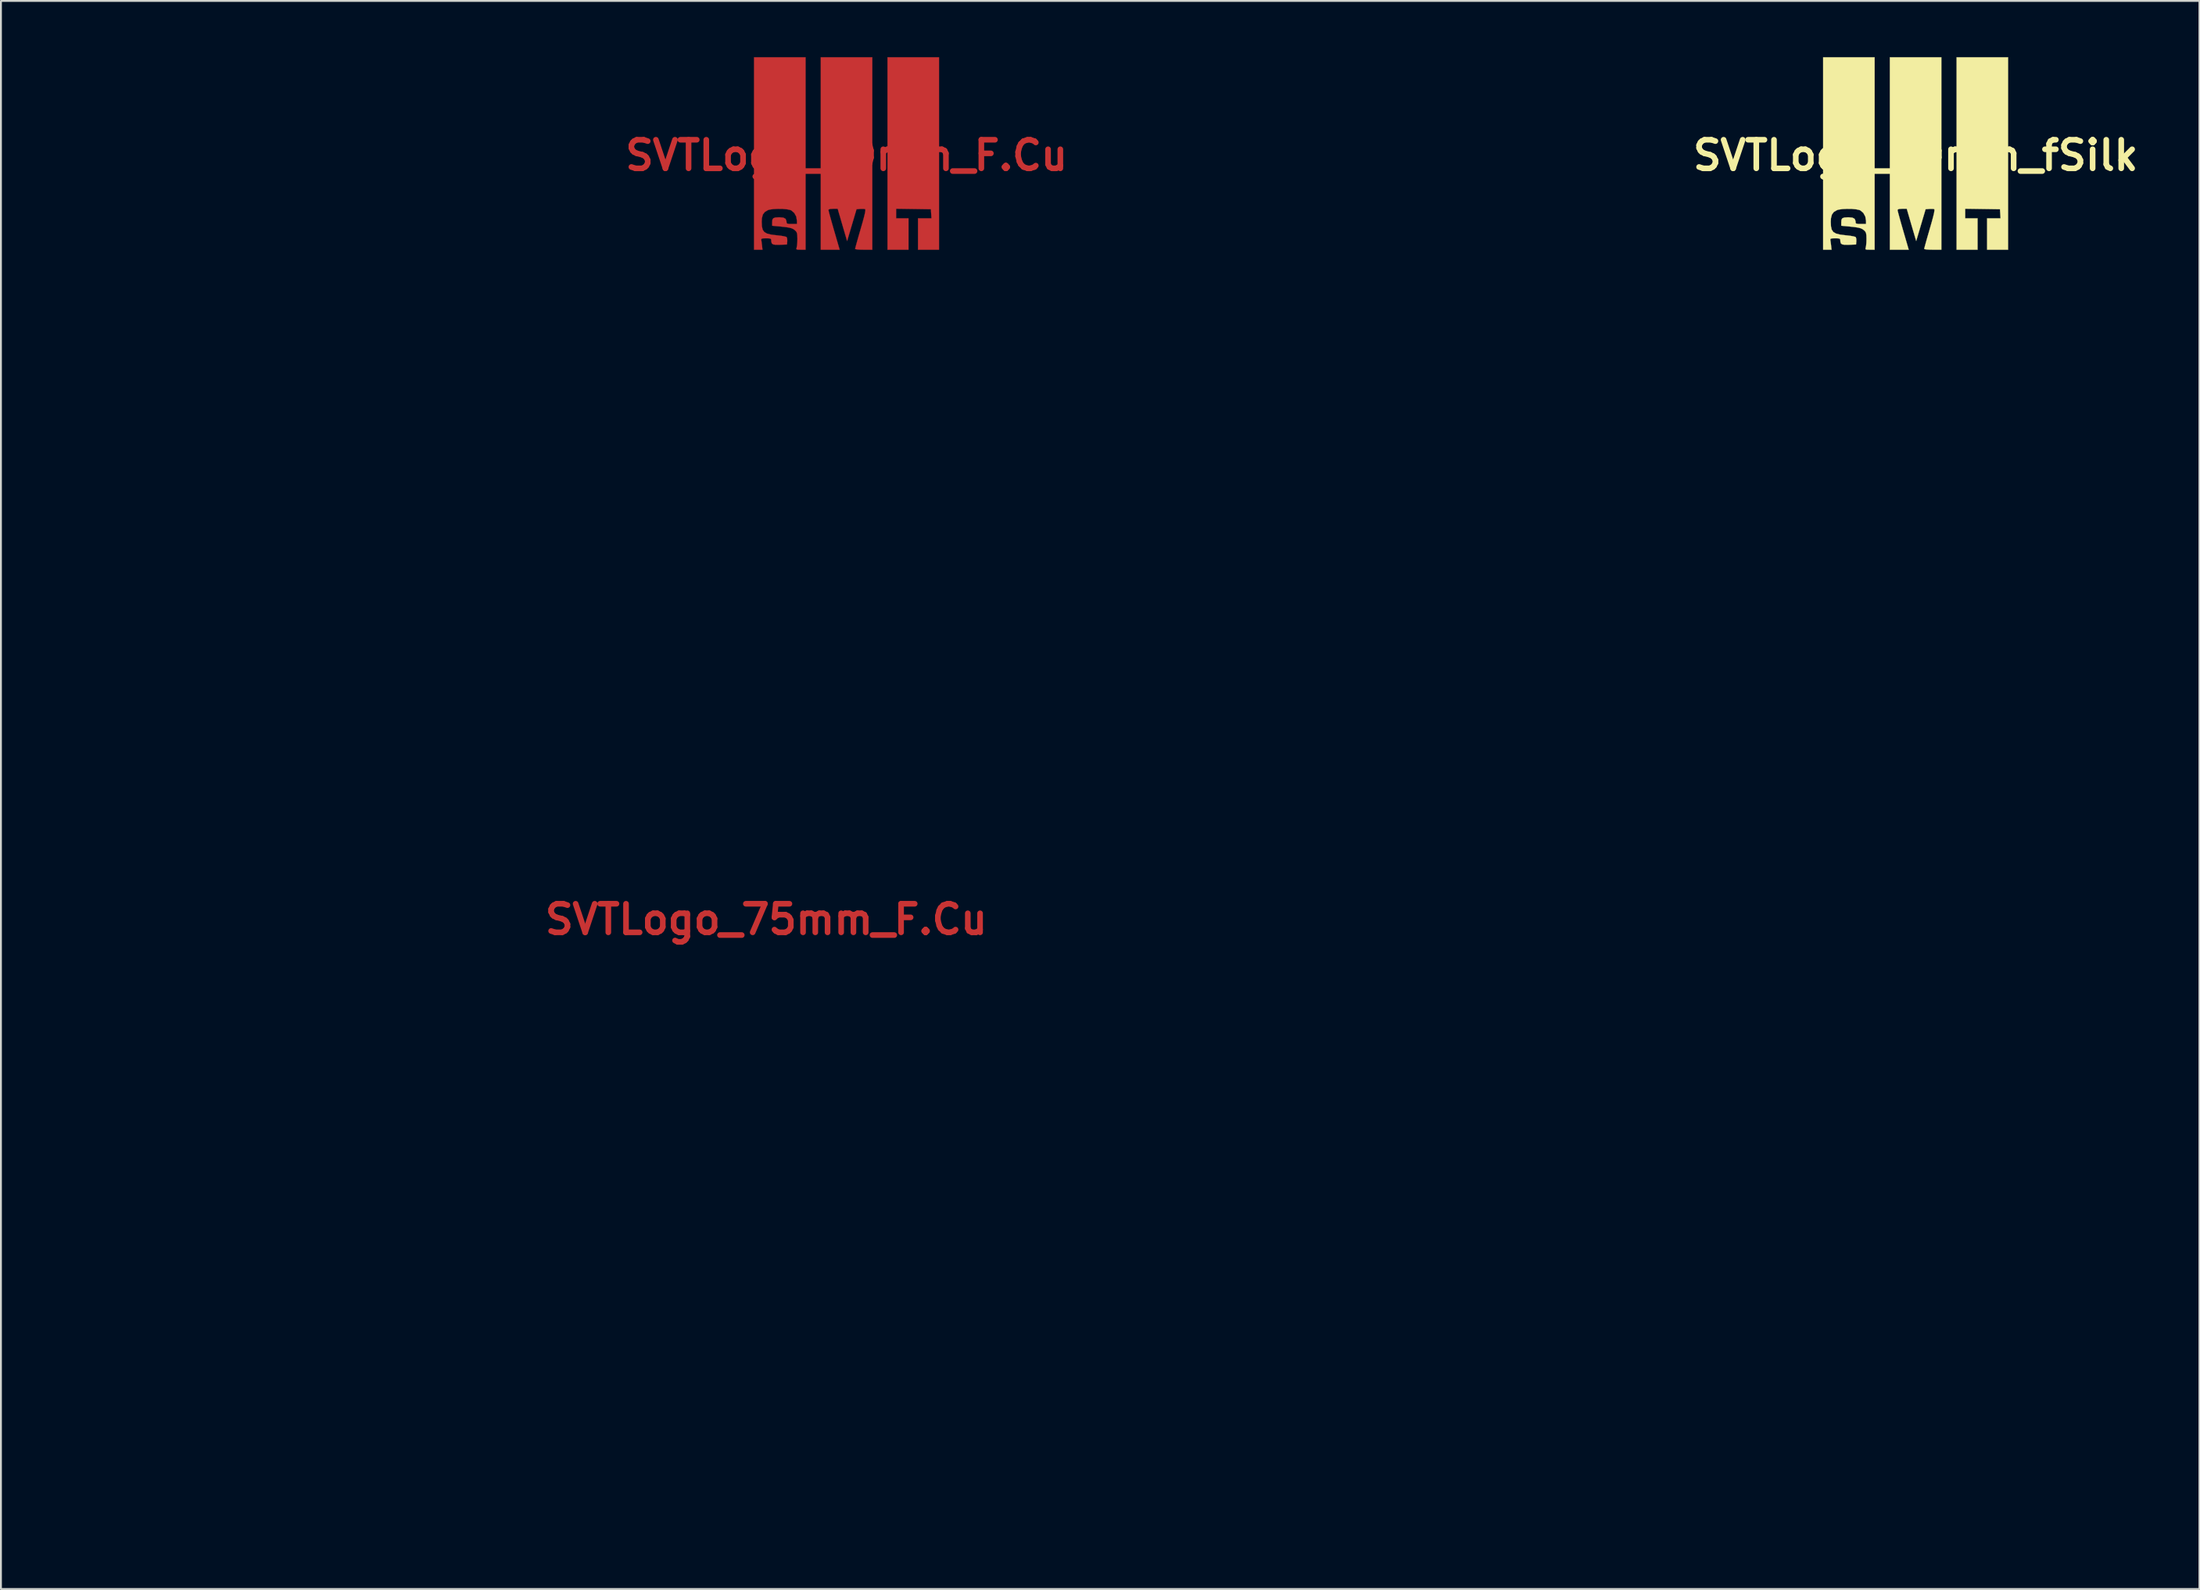
<source format=kicad_pcb>
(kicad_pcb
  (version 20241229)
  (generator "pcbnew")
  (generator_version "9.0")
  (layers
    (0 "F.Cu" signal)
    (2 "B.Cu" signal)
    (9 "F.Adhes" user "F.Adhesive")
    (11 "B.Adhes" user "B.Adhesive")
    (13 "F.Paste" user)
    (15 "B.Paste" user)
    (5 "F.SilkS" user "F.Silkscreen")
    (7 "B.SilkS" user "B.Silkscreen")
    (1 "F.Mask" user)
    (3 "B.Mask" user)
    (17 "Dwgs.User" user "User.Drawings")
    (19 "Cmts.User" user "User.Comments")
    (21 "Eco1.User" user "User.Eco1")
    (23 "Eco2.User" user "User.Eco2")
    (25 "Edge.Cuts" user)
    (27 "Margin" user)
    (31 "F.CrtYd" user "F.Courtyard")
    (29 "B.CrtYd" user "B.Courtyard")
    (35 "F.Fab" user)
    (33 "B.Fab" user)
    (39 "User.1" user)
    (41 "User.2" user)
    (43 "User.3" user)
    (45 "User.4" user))
  (footprint "SVTLogo_10mm_F.Cu"
    (layer "F.Cu")
    (at 42.065 5.237)
    (property "Reference" "SVTLogo_10mm_F.Cu" (at 0 0 0) (layer "F.Cu") (effects (font (size 1.524 1.524) (thickness 0.3))))
    (attr through_hole)
    (fp_poly (pts (xy 4.928 5.029) (xy 3.81 5.029) (xy 3.81 3.353) (xy 4.527 3.353) (xy 4.496 2.87) (xy 2.642 2.843) (xy 2.642 3.353) (xy 3.302 3.353) (xy 3.302 5.029) (xy 2.184 5.029) (xy 2.184 -5.232) (xy 4.928 -5.232) (xy 4.928 5.029)) (stroke (width 0.01) (type solid)) (fill yes) (layer "F.Cu"))
    (fp_poly (pts (xy 1.372 5.029) (xy 0.914 5.029) (xy 0.713 5.025) (xy 0.557 5.013) (xy 0.469 4.996) (xy 0.457 4.986) (xy 0.471 4.926) (xy 0.509 4.784) (xy 0.567 4.574) (xy 0.641 4.312) (xy 0.728 4.013) (xy 0.756 3.915) (xy 0.861 3.549) (xy 0.936 3.271) (xy 0.983 3.072) (xy 1.004 2.943) (xy 1.001 2.876) (xy 0.99 2.863) (xy 0.899 2.851) (xy 0.759 2.852) (xy 0.729 2.854) (xy 0.533 2.87) (xy 0.282 3.717) (xy 0.031 4.564) (xy -0.136 3.997) (xy -0.213 3.735) (xy -0.288 3.477) (xy -0.352 3.255) (xy -0.387 3.137) (xy -0.471 2.845) (xy -0.718 2.845) (xy -0.888 2.857) (xy -0.962 2.895) (xy -0.965 2.908) (xy -0.951 2.974) (xy -0.913 3.122) (xy -0.854 3.337) (xy -0.78 3.603) (xy -0.693 3.905) (xy -0.666 4) (xy -0.367 5.029) (xy -1.372 5.029) (xy -1.372 -5.232) (xy 1.372 -5.232) (xy 1.372 5.029)) (stroke (width 0.01) (type solid)) (fill yes) (layer "F.Cu"))
    (fp_poly (pts (xy -2.184 5.029) (xy -2.442 5.029) (xy -2.592 5.026) (xy -2.662 5.009) (xy -2.674 4.968) (xy -2.658 4.915) (xy -2.637 4.806) (xy -2.622 4.635) (xy -2.618 4.452) (xy -2.623 4.26) (xy -2.642 4.139) (xy -2.684 4.058) (xy -2.755 3.987) (xy -2.834 3.929) (xy -2.93 3.885) (xy -3.061 3.851) (xy -3.249 3.822) (xy -3.511 3.793) (xy -3.619 3.783) (xy -3.962 3.751) (xy -3.962 3.557) (xy -3.951 3.429) (xy -3.903 3.352) (xy -3.798 3.314) (xy -3.617 3.302) (xy -3.562 3.302) (xy -3.364 3.321) (xy -3.248 3.384) (xy -3.202 3.5) (xy -3.2 3.541) (xy -3.192 3.608) (xy -3.149 3.643) (xy -3.047 3.656) (xy -2.921 3.658) (xy -2.642 3.658) (xy -2.642 3.493) (xy -2.68 3.262) (xy -2.786 3.068) (xy -2.941 2.936) (xy -2.997 2.911) (xy -3.171 2.874) (xy -3.403 2.853) (xy -3.659 2.85) (xy -3.903 2.862) (xy -4.103 2.891) (xy -4.186 2.916) (xy -4.356 3.015) (xy -4.461 3.155) (xy -4.512 3.355) (xy -4.521 3.54) (xy -4.511 3.782) (xy -4.47 3.96) (xy -4.384 4.085) (xy -4.241 4.168) (xy -4.025 4.223) (xy -3.723 4.261) (xy -3.685 4.264) (xy -3.48 4.288) (xy -3.313 4.317) (xy -3.21 4.346) (xy -3.193 4.356) (xy -3.163 4.438) (xy -3.158 4.568) (xy -3.159 4.578) (xy -3.175 4.75) (xy -3.552 4.765) (xy -3.771 4.767) (xy -3.908 4.747) (xy -3.981 4.694) (xy -4.009 4.6) (xy -4.012 4.534) (xy -4.022 4.468) (xy -4.068 4.434) (xy -4.173 4.421) (xy -4.288 4.42) (xy -4.447 4.424) (xy -4.526 4.443) (xy -4.548 4.484) (xy -4.545 4.508) (xy -4.528 4.614) (xy -4.509 4.768) (xy -4.504 4.813) (xy -4.48 5.029) (xy -4.928 5.029) (xy -4.928 -5.232) (xy -2.184 -5.232) (xy -2.184 5.029)) (stroke (width 0.01) (type solid)) (fill yes) (layer "F.Cu")))
  (footprint "SVTLogo_75mm_F.Cu"
    (layer "F.Cu")
    (at 37.788 45.979)
    (property "Reference" "SVTLogo_75mm_F.Cu" (at 0 0 0) (layer "F.Cu") (effects (font (size 1.524 1.524) (thickness 0.3))))
    (attr through_hole)
    (fp_poly (pts (xy -30.797 31.433) (xy -28 31.433) (xy -28.148 30.083) (xy -28.267 29.1) (xy -28.38 28.319) (xy -28.405 28.178) (xy -28.381 27.855) (xy -28.05 27.686) (xy -27.278 27.627) (xy -26.799 27.622) (xy -25.806 27.647) (xy -25.292 27.764) (xy -25.102 28.038) (xy -25.078 28.337) (xy -24.999 29.077) (xy -24.698 29.53) (xy -24.058 29.752) (xy -22.964 29.802) (xy -22.197 29.781) (xy -19.844 29.686) (xy -19.741 28.614) (xy -19.758 27.792) (xy -19.939 27.244) (xy -19.958 27.222) (xy -20.403 27.05) (xy -21.315 26.867) (xy -22.526 26.702) (xy -23.033 26.651) (xy -24.982 26.423) (xy -26.384 26.096) (xy -27.325 25.597) (xy -27.893 24.849) (xy -28.175 23.777) (xy -28.257 22.306) (xy -28.258 22.122) (xy -28.134 20.534) (xy -27.719 19.413) (xy -26.944 18.631) (xy -26.162 18.223) (xy -25.189 17.983) (xy -23.805 17.844) (xy -22.223 17.807) (xy -20.659 17.873) (xy -19.329 18.043) (xy -18.733 18.195) (xy -17.686 18.865) (xy -16.919 19.977) (xy -16.536 21.363) (xy -16.51 21.828) (xy -16.51 22.86) (xy -18.256 22.86) (xy -19.259 22.837) (xy -19.781 22.725) (xy -19.977 22.46) (xy -20.003 22.13) (xy -20.184 21.312) (xy -20.782 20.834) (xy -21.874 20.646) (xy -22.263 20.637) (xy -23.523 20.684) (xy -24.276 20.875) (xy -24.648 21.292) (xy -24.762 22.013) (xy -24.765 22.234) (xy -24.765 23.444) (xy -22.622 23.644) (xy -20.795 23.829) (xy -19.48 24.006) (xy -18.554 24.206) (xy -17.895 24.455) (xy -17.379 24.785) (xy -17.217 24.918) (xy -16.762 25.375) (xy -16.506 25.89) (xy -16.392 26.657) (xy -16.362 27.824) (xy -16.394 29.046) (xy -16.487 30.1) (xy -16.611 30.718) (xy -16.72 31.138) (xy -16.562 31.35) (xy -16 31.424) (xy -15.261 31.433) (xy -13.652 31.433) (xy -13.652 -32.703) (xy -8.572 -32.703) (xy -8.572 31.433) (xy -2.294 31.433) (xy -4.161 25.003) (xy -4.718 23.068) (xy -5.209 21.328) (xy -5.607 19.879) (xy -5.887 18.818) (xy -6.022 18.241) (xy -6.03 18.177) (xy -5.725 17.903) (xy -4.811 17.785) (xy -4.487 17.78) (xy -2.941 17.78) (xy -2.417 19.606) (xy -2.106 20.681) (xy -1.678 22.149) (xy -1.198 23.791) (xy -0.85 24.979) (xy 0.193 28.526) (xy 3.334 17.939) (xy 4.558 17.838) (xy 5.458 17.811) (xy 6.113 17.871) (xy 6.187 17.893) (xy 6.283 18.116) (xy 6.235 18.696) (xy 6.033 19.686) (xy 5.664 21.141) (xy 5.115 23.115) (xy 4.725 24.47) (xy 4.169 26.395) (xy 3.679 28.114) (xy 3.281 29.536) (xy 3.001 30.565) (xy 2.866 31.107) (xy 2.857 31.162) (xy 3.151 31.281) (xy 3.938 31.373) (xy 5.077 31.426) (xy 5.715 31.433) (xy 8.572 31.433) (xy 8.572 -32.703) (xy 13.652 -32.703) (xy 13.652 31.433) (xy 20.637 31.433) (xy 20.637 20.955) (xy 16.51 20.955) (xy 16.51 17.766) (xy 22.304 17.852) (xy 28.099 17.939) (xy 28.292 20.955) (xy 23.812 20.955) (xy 23.812 31.433) (xy 30.797 31.433) (xy 30.797 -32.703) (xy 38.1 -32.703) (xy 38.1 32.703) (xy -37.782 32.703) (xy -37.782 -32.703) (xy -30.797 -32.703) (xy -30.797 31.433)) (stroke (width 0.01) (type solid)) (fill yes) (layer "F.Mask")))
  (footprint "SVTLogo_10mm_fSilk"
    (layer "F.Cu")
    (at 99.04 5.237)
    (property "Reference" "SVTLogo_10mm_fSilk" (at 0 0 0) (layer "F.SilkS") (effects (font (size 1.524 1.524) (thickness 0.3))))
    (attr through_hole)
    (fp_poly (pts (xy 4.928 5.029) (xy 3.81 5.029) (xy 3.81 3.353) (xy 4.527 3.353) (xy 4.496 2.87) (xy 2.642 2.843) (xy 2.642 3.353) (xy 3.302 3.353) (xy 3.302 5.029) (xy 2.184 5.029) (xy 2.184 -5.232) (xy 4.928 -5.232) (xy 4.928 5.029)) (stroke (width 0.01) (type solid)) (fill yes) (layer "F.SilkS"))
    (fp_poly (pts (xy 1.372 5.029) (xy 0.914 5.029) (xy 0.713 5.025) (xy 0.557 5.013) (xy 0.469 4.996) (xy 0.457 4.986) (xy 0.471 4.926) (xy 0.509 4.784) (xy 0.567 4.574) (xy 0.641 4.312) (xy 0.728 4.013) (xy 0.756 3.915) (xy 0.861 3.549) (xy 0.936 3.271) (xy 0.983 3.072) (xy 1.004 2.943) (xy 1.001 2.876) (xy 0.99 2.863) (xy 0.899 2.851) (xy 0.759 2.852) (xy 0.729 2.854) (xy 0.533 2.87) (xy 0.282 3.717) (xy 0.031 4.564) (xy -0.136 3.997) (xy -0.213 3.735) (xy -0.288 3.477) (xy -0.352 3.255) (xy -0.387 3.137) (xy -0.471 2.845) (xy -0.718 2.845) (xy -0.888 2.857) (xy -0.962 2.895) (xy -0.965 2.908) (xy -0.951 2.974) (xy -0.913 3.122) (xy -0.854 3.337) (xy -0.78 3.603) (xy -0.693 3.905) (xy -0.666 4) (xy -0.367 5.029) (xy -1.372 5.029) (xy -1.372 -5.232) (xy 1.372 -5.232) (xy 1.372 5.029)) (stroke (width 0.01) (type solid)) (fill yes) (layer "F.SilkS"))
    (fp_poly (pts (xy -2.184 5.029) (xy -2.442 5.029) (xy -2.592 5.026) (xy -2.662 5.009) (xy -2.674 4.968) (xy -2.658 4.915) (xy -2.637 4.806) (xy -2.622 4.635) (xy -2.618 4.452) (xy -2.623 4.26) (xy -2.642 4.139) (xy -2.684 4.058) (xy -2.755 3.987) (xy -2.834 3.929) (xy -2.93 3.885) (xy -3.061 3.851) (xy -3.249 3.822) (xy -3.511 3.793) (xy -3.619 3.783) (xy -3.962 3.751) (xy -3.962 3.557) (xy -3.951 3.429) (xy -3.903 3.352) (xy -3.798 3.314) (xy -3.617 3.302) (xy -3.562 3.302) (xy -3.364 3.321) (xy -3.248 3.384) (xy -3.202 3.5) (xy -3.2 3.541) (xy -3.192 3.608) (xy -3.149 3.643) (xy -3.047 3.656) (xy -2.921 3.658) (xy -2.642 3.658) (xy -2.642 3.493) (xy -2.68 3.262) (xy -2.786 3.068) (xy -2.941 2.936) (xy -2.997 2.911) (xy -3.171 2.874) (xy -3.403 2.853) (xy -3.659 2.85) (xy -3.903 2.862) (xy -4.103 2.891) (xy -4.186 2.916) (xy -4.356 3.015) (xy -4.461 3.155) (xy -4.512 3.355) (xy -4.521 3.54) (xy -4.511 3.782) (xy -4.47 3.96) (xy -4.384 4.085) (xy -4.241 4.168) (xy -4.025 4.223) (xy -3.723 4.261) (xy -3.685 4.264) (xy -3.48 4.288) (xy -3.313 4.317) (xy -3.21 4.346) (xy -3.193 4.356) (xy -3.163 4.438) (xy -3.158 4.568) (xy -3.159 4.578) (xy -3.175 4.75) (xy -3.552 4.765) (xy -3.771 4.767) (xy -3.908 4.747) (xy -3.981 4.694) (xy -4.009 4.6) (xy -4.012 4.534) (xy -4.022 4.468) (xy -4.068 4.434) (xy -4.173 4.421) (xy -4.288 4.42) (xy -4.447 4.424) (xy -4.526 4.443) (xy -4.548 4.484) (xy -4.545 4.508) (xy -4.528 4.614) (xy -4.509 4.768) (xy -4.504 4.813) (xy -4.48 5.029) (xy -4.928 5.029) (xy -4.928 -5.232) (xy -2.184 -5.232) (xy -2.184 5.029)) (stroke (width 0.01) (type solid)) (fill yes) (layer "F.SilkS")))
  (footprint "SVTLogo_10mm_B.Mask"
    (layer "F.Cu")
    (at 13.506 5.237)
    (property "Reference" "SVTLogo_10mm_B.Mask" (at 0 0 0) (layer "B.Mask") (effects (font (size 1.524 1.524) (thickness 0.3))))
    (attr through_hole)
    (fp_poly (pts (xy 4.928 5.029) (xy 3.81 5.029) (xy 3.81 3.353) (xy 4.527 3.353) (xy 4.496 2.87) (xy 2.642 2.843) (xy 2.642 3.353) (xy 3.302 3.353) (xy 3.302 5.029) (xy 2.184 5.029) (xy 2.184 -5.232) (xy 4.928 -5.232) (xy 4.928 5.029)) (stroke (width 0.01) (type solid)) (fill yes) (layer "B.Mask"))
    (fp_poly (pts (xy 1.372 5.029) (xy 0.914 5.029) (xy 0.713 5.025) (xy 0.557 5.013) (xy 0.469 4.996) (xy 0.457 4.986) (xy 0.471 4.926) (xy 0.509 4.784) (xy 0.567 4.574) (xy 0.641 4.312) (xy 0.728 4.013) (xy 0.756 3.915) (xy 0.861 3.549) (xy 0.936 3.271) (xy 0.983 3.072) (xy 1.004 2.943) (xy 1.001 2.876) (xy 0.99 2.863) (xy 0.899 2.851) (xy 0.759 2.852) (xy 0.729 2.854) (xy 0.533 2.87) (xy 0.282 3.717) (xy 0.031 4.564) (xy -0.136 3.997) (xy -0.213 3.735) (xy -0.288 3.477) (xy -0.352 3.255) (xy -0.387 3.137) (xy -0.471 2.845) (xy -0.718 2.845) (xy -0.888 2.857) (xy -0.962 2.895) (xy -0.965 2.908) (xy -0.951 2.974) (xy -0.913 3.122) (xy -0.854 3.337) (xy -0.78 3.603) (xy -0.693 3.905) (xy -0.666 4) (xy -0.367 5.029) (xy -1.372 5.029) (xy -1.372 -5.232) (xy 1.372 -5.232) (xy 1.372 5.029)) (stroke (width 0.01) (type solid)) (fill yes) (layer "B.Mask"))
    (fp_poly (pts (xy -2.184 5.029) (xy -2.442 5.029) (xy -2.592 5.026) (xy -2.662 5.009) (xy -2.674 4.968) (xy -2.658 4.915) (xy -2.637 4.806) (xy -2.622 4.635) (xy -2.618 4.452) (xy -2.623 4.26) (xy -2.642 4.139) (xy -2.684 4.058) (xy -2.755 3.987) (xy -2.834 3.929) (xy -2.93 3.885) (xy -3.061 3.851) (xy -3.249 3.822) (xy -3.511 3.793) (xy -3.619 3.783) (xy -3.962 3.751) (xy -3.962 3.557) (xy -3.951 3.429) (xy -3.903 3.352) (xy -3.798 3.314) (xy -3.617 3.302) (xy -3.562 3.302) (xy -3.364 3.321) (xy -3.248 3.384) (xy -3.202 3.5) (xy -3.2 3.541) (xy -3.192 3.608) (xy -3.149 3.643) (xy -3.047 3.656) (xy -2.921 3.658) (xy -2.642 3.658) (xy -2.642 3.493) (xy -2.68 3.262) (xy -2.786 3.068) (xy -2.941 2.936) (xy -2.997 2.911) (xy -3.171 2.874) (xy -3.403 2.853) (xy -3.659 2.85) (xy -3.903 2.862) (xy -4.103 2.891) (xy -4.186 2.916) (xy -4.356 3.015) (xy -4.461 3.155) (xy -4.512 3.355) (xy -4.521 3.54) (xy -4.511 3.782) (xy -4.47 3.96) (xy -4.384 4.085) (xy -4.241 4.168) (xy -4.025 4.223) (xy -3.723 4.261) (xy -3.685 4.264) (xy -3.48 4.288) (xy -3.313 4.317) (xy -3.21 4.346) (xy -3.193 4.356) (xy -3.163 4.438) (xy -3.158 4.568) (xy -3.159 4.578) (xy -3.175 4.75) (xy -3.552 4.765) (xy -3.771 4.767) (xy -3.908 4.747) (xy -3.981 4.694) (xy -4.009 4.6) (xy -4.012 4.534) (xy -4.022 4.468) (xy -4.068 4.434) (xy -4.173 4.421) (xy -4.288 4.42) (xy -4.447 4.424) (xy -4.526 4.443) (xy -4.548 4.484) (xy -4.545 4.508) (xy -4.528 4.614) (xy -4.509 4.768) (xy -4.504 4.813) (xy -4.48 5.029) (xy -4.928 5.029) (xy -4.928 -5.232) (xy -2.184 -5.232) (xy -2.184 5.029)) (stroke (width 0.01) (type solid)) (fill yes) (layer "B.Mask")))
  (footprint "SVTLogo_10mm_F.Mask"
    (layer "F.Cu")
    (at 70.516 5.237)
    (property "Reference" "SVTLogo_10mm_F.Mask" (at 0 0 0) (layer "F.Mask") (effects (font (size 1.524 1.524) (thickness 0.3))))
    (attr through_hole)
    (fp_poly (pts (xy 4.928 5.029) (xy 3.81 5.029) (xy 3.81 3.353) (xy 4.527 3.353) (xy 4.496 2.87) (xy 2.642 2.843) (xy 2.642 3.353) (xy 3.302 3.353) (xy 3.302 5.029) (xy 2.184 5.029) (xy 2.184 -5.232) (xy 4.928 -5.232) (xy 4.928 5.029)) (stroke (width 0.01) (type solid)) (fill yes) (layer "F.Mask"))
    (fp_poly (pts (xy 1.372 5.029) (xy 0.914 5.029) (xy 0.713 5.025) (xy 0.557 5.013) (xy 0.469 4.996) (xy 0.457 4.986) (xy 0.471 4.926) (xy 0.509 4.784) (xy 0.567 4.574) (xy 0.641 4.312) (xy 0.728 4.013) (xy 0.756 3.915) (xy 0.861 3.549) (xy 0.936 3.271) (xy 0.983 3.072) (xy 1.004 2.943) (xy 1.001 2.876) (xy 0.99 2.863) (xy 0.899 2.851) (xy 0.759 2.852) (xy 0.729 2.854) (xy 0.533 2.87) (xy 0.282 3.717) (xy 0.031 4.564) (xy -0.136 3.997) (xy -0.213 3.735) (xy -0.288 3.477) (xy -0.352 3.255) (xy -0.387 3.137) (xy -0.471 2.845) (xy -0.718 2.845) (xy -0.888 2.857) (xy -0.962 2.895) (xy -0.965 2.908) (xy -0.951 2.974) (xy -0.913 3.122) (xy -0.854 3.337) (xy -0.78 3.603) (xy -0.693 3.905) (xy -0.666 4) (xy -0.367 5.029) (xy -1.372 5.029) (xy -1.372 -5.232) (xy 1.372 -5.232) (xy 1.372 5.029)) (stroke (width 0.01) (type solid)) (fill yes) (layer "F.Mask"))
    (fp_poly (pts (xy -2.184 5.029) (xy -2.442 5.029) (xy -2.592 5.026) (xy -2.662 5.009) (xy -2.674 4.968) (xy -2.658 4.915) (xy -2.637 4.806) (xy -2.622 4.635) (xy -2.618 4.452) (xy -2.623 4.26) (xy -2.642 4.139) (xy -2.684 4.058) (xy -2.755 3.987) (xy -2.834 3.929) (xy -2.93 3.885) (xy -3.061 3.851) (xy -3.249 3.822) (xy -3.511 3.793) (xy -3.619 3.783) (xy -3.962 3.751) (xy -3.962 3.557) (xy -3.951 3.429) (xy -3.903 3.352) (xy -3.798 3.314) (xy -3.617 3.302) (xy -3.562 3.302) (xy -3.364 3.321) (xy -3.248 3.384) (xy -3.202 3.5) (xy -3.2 3.541) (xy -3.192 3.608) (xy -3.149 3.643) (xy -3.047 3.656) (xy -2.921 3.658) (xy -2.642 3.658) (xy -2.642 3.493) (xy -2.68 3.262) (xy -2.786 3.068) (xy -2.941 2.936) (xy -2.997 2.911) (xy -3.171 2.874) (xy -3.403 2.853) (xy -3.659 2.85) (xy -3.903 2.862) (xy -4.103 2.891) (xy -4.186 2.916) (xy -4.356 3.015) (xy -4.461 3.155) (xy -4.512 3.355) (xy -4.521 3.54) (xy -4.511 3.782) (xy -4.47 3.96) (xy -4.384 4.085) (xy -4.241 4.168) (xy -4.025 4.223) (xy -3.723 4.261) (xy -3.685 4.264) (xy -3.48 4.288) (xy -3.313 4.317) (xy -3.21 4.346) (xy -3.193 4.356) (xy -3.163 4.438) (xy -3.158 4.568) (xy -3.159 4.578) (xy -3.175 4.75) (xy -3.552 4.765) (xy -3.771 4.767) (xy -3.908 4.747) (xy -3.981 4.694) (xy -4.009 4.6) (xy -4.012 4.534) (xy -4.022 4.468) (xy -4.068 4.434) (xy -4.173 4.421) (xy -4.288 4.42) (xy -4.447 4.424) (xy -4.526 4.443) (xy -4.548 4.484) (xy -4.545 4.508) (xy -4.528 4.614) (xy -4.509 4.768) (xy -4.504 4.813) (xy -4.48 5.029) (xy -4.928 5.029) (xy -4.928 -5.232) (xy -2.184 -5.232) (xy -2.184 5.029)) (stroke (width 0.01) (type solid)) (fill yes) (layer "F.Mask")))
  (gr_rect
    (start -3 -3)
    (end 114.167 81.687)
    (stroke (width 0.1) (type default))
    (fill no)
    (layer "Edge.Cuts")))
</source>
